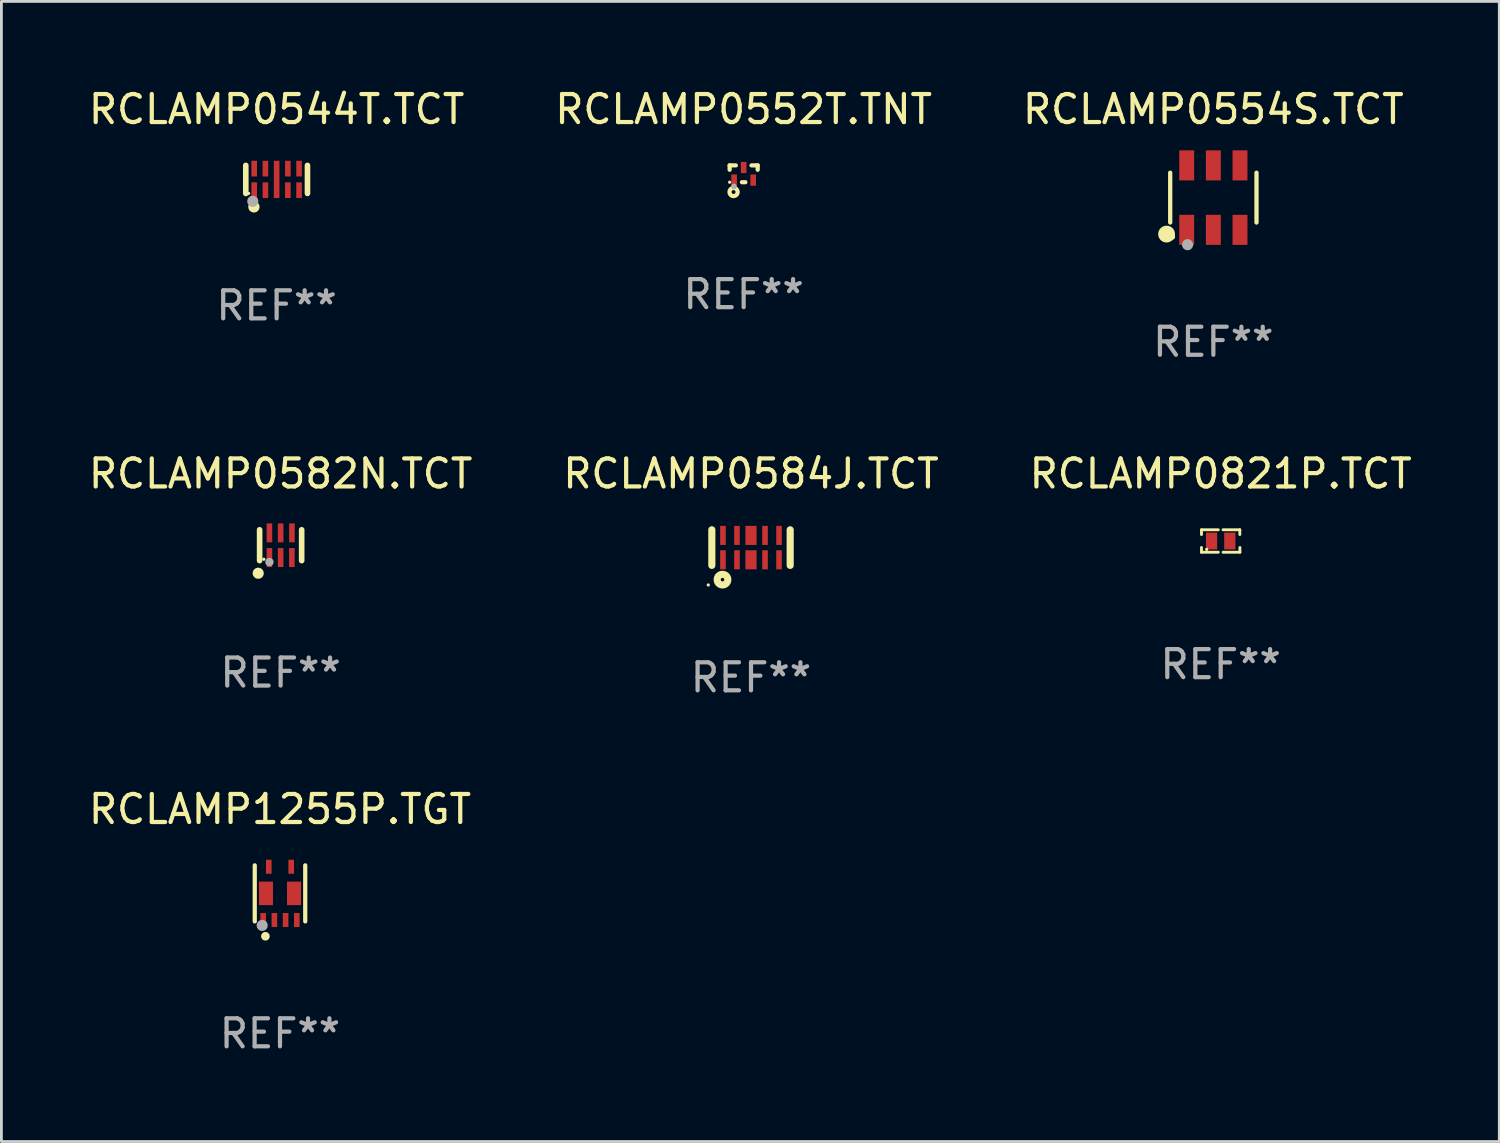
<source format=kicad_pcb>
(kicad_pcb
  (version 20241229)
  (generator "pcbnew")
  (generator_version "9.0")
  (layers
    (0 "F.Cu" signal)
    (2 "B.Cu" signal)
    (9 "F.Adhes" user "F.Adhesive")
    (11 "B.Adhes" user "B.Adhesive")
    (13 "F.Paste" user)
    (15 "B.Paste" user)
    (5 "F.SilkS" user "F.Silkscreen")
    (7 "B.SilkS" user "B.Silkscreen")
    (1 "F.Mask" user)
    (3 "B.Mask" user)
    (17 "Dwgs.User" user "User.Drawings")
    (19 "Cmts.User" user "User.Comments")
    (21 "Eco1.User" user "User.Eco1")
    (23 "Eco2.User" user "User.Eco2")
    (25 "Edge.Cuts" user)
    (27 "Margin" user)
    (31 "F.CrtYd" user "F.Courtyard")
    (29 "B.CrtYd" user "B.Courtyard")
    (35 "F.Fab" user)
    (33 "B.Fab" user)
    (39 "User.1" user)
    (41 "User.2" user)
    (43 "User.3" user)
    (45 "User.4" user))
  (footprint "RCLAMP0552T.TNT"
    (layer "F.Cu")
    (at 23.47 3.148)
    (property "Reference" "RCLAMP0552T.TNT" (at 0 -2.3 0) (layer "F.SilkS") (effects (font (size 1 1) (thickness 0.15))))
    (attr through_hole)
    (fp_line (start -0.5 -0.3) (end -0.5 -0.144) (stroke (width 0.15) (type solid)) (layer "F.SilkS"))
    (fp_line (start -0.5 -0.3) (end -0.279 -0.3) (stroke (width 0.15) (type solid)) (layer "F.SilkS"))
    (fp_line (start -0.061 0.3) (end 0.061 0.3) (stroke (width 0.15) (type solid)) (layer "F.SilkS"))
    (fp_line (start 0.279 -0.3) (end 0.5 -0.3) (stroke (width 0.15) (type solid)) (layer "F.SilkS"))
    (fp_line (start 0.5 -0.3) (end 0.5 -0.144) (stroke (width 0.15) (type solid)) (layer "F.SilkS"))
    (fp_circle (center -0.5 0.3) (end -0.47 0.3) (stroke (width 0.06) (type solid)) (fill no) (layer "F.SilkS"))
    (fp_circle (center -0.36 0.65) (end -0.29 0.65) (stroke (width 0.15) (type solid)) (fill no) (layer "F.SilkS"))
    (fp_circle (center -0.346 0.448) (end -0.296 0.448) (stroke (width 0.1) (type solid)) (fill no) (layer "F.Fab"))
    (fp_text user "REF**" (at 0 4.3 0) (layer "F.Fab") (effects (font (size 1 1) (thickness 0.15))))
    (pad "1" smd rect (at -0.34 0.225) (size 0.2 0.4) (layers "F.Cu" "F.Mask" "F.Paste"))
    (pad "2" smd rect (at 0.34 0.225) (size 0.2 0.4) (layers "F.Cu" "F.Mask" "F.Paste"))
    (pad "3" smd rect (at 0 -0.225) (size 0.2 0.4) (layers "F.Cu" "F.Mask" "F.Paste")))
  (footprint "RCLAMP0544T.TCT"
    (layer "F.Cu")
    (at 6.815 3.348)
    (property "Reference" "RCLAMP0544T.TCT" (at 0 -2.5 0) (layer "F.SilkS") (effects (font (size 1 1) (thickness 0.15))))
    (attr through_hole)
    (fp_line (start -1.1 -0.5) (end -1.1 0.5) (stroke (width 0.2) (type solid)) (layer "F.SilkS"))
    (fp_line (start 1.1 -0.5) (end 1.1 0.5) (stroke (width 0.2) (type solid)) (layer "F.SilkS"))
    (fp_circle (center -1 0.5) (end -0.97 0.5) (stroke (width 0.06) (type solid)) (fill no) (layer "F.SilkS"))
    (fp_circle (center -0.81 0.98) (end -0.707 0.98) (stroke (width 0.2) (type solid)) (fill no) (layer "F.SilkS"))
    (fp_circle (center -0.85 0.78) (end -0.75 0.78) (stroke (width 0.2) (type solid)) (fill no) (layer "F.Fab"))
    (fp_text user "REF**" (at 0 4.5 0) (layer "F.Fab") (effects (font (size 1 1) (thickness 0.15))))
    (pad "1" smd rect (at -0.8 0.385) (size 0.2 0.56) (layers "F.Cu" "F.Mask" "F.Paste"))
    (pad "2" smd rect (at -0.4 0.385) (size 0.2 0.56) (layers "F.Cu" "F.Mask" "F.Paste"))
    (pad "3" smd rect (at 0.4 0.385) (size 0.2 0.56) (layers "F.Cu" "F.Mask" "F.Paste"))
    (pad "4" smd rect (at 0.8 0.385) (size 0.2 0.56) (layers "F.Cu" "F.Mask" "F.Paste"))
    (pad "5" smd rect (at 0.8 -0.385) (size 0.2 0.56) (layers "F.Cu" "F.Mask" "F.Paste"))
    (pad "6" smd rect (at 0.4 -0.385) (size 0.2 0.56) (layers "F.Cu" "F.Mask" "F.Paste"))
    (pad "7" smd rect (at -0.4 -0.385) (size 0.2 0.56) (layers "F.Cu" "F.Mask" "F.Paste"))
    (pad "8" smd rect (at -0.8 -0.385) (size 0.2 0.56) (layers "F.Cu" "F.Mask" "F.Paste"))
    (pad "9" smd rect (at 0 0) (size 0.2 1.33) (layers "F.Cu" "F.Mask" "F.Paste")))
  (footprint "RCLAMP1255P.TGT"
    (layer "F.Cu")
    (at 6.935 28.809)
    (property "Reference" "RCLAMP1255P.TGT" (at 0 -3 0) (layer "F.SilkS") (effects (font (size 1 1) (thickness 0.15))))
    (attr through_hole)
    (fp_line (start -0.9 1) (end -0.9 -1) (stroke (width 0.15) (type solid)) (layer "F.SilkS"))
    (fp_line (start 0.9 1) (end 0.9 -1) (stroke (width 0.15) (type solid)) (layer "F.SilkS"))
    (fp_circle (center -0.9 1) (end -0.87 1) (stroke (width 0.06) (type solid)) (fill no) (layer "F.SilkS"))
    (fp_circle (center -0.52 1.53) (end -0.44 1.53) (stroke (width 0.15) (type solid)) (fill no) (layer "F.SilkS"))
    (fp_circle (center -0.635 1.143) (end -0.535 1.143) (stroke (width 0.2) (type solid)) (fill no) (layer "F.Fab"))
    (fp_text user "REF**" (at 0 5 0) (layer "F.Fab") (effects (font (size 1 1) (thickness 0.15))))
    (pad "1" smd rect (at -0.6 0.95) (size 0.2 0.5) (layers "F.Cu" "F.Mask" "F.Paste"))
    (pad "2" smd rect (at -0.2 0.95) (size 0.2 0.5) (layers "F.Cu" "F.Mask" "F.Paste"))
    (pad "3" smd rect (at 0.2 0.95) (size 0.2 0.5) (layers "F.Cu" "F.Mask" "F.Paste"))
    (pad "4" smd rect (at 0.6 0.95) (size 0.2 0.5) (layers "F.Cu" "F.Mask" "F.Paste"))
    (pad "5" smd rect (at 0.4 -0.95) (size 0.2 0.5) (layers "F.Cu" "F.Mask" "F.Paste"))
    (pad "6" smd rect (at -0.4 -0.95) (size 0.2 0.5) (layers "F.Cu" "F.Mask" "F.Paste"))
    (pad "7" smd rect (at -0.5 0.000051) (size 0.5 0.84) (layers "F.Cu" "F.Mask" "F.Paste"))
    (pad "7" smd rect (at 0.5 0.000051) (size 0.5 0.84) (layers "F.Cu" "F.Mask" "F.Paste")))
  (footprint "RCLAMP0821P.TCT"
    (layer "F.Cu")
    (at 40.482 16.243)
    (property "Reference" "RCLAMP0821P.TCT" (at 0 -2.4 0) (layer "F.SilkS") (effects (font (size 1 1) (thickness 0.15))))
    (attr through_hole)
    (fp_line (start -0.685 -0.4) (end -0.685 -0.23) (stroke (width 0.102) (type solid)) (layer "F.SilkS"))
    (fp_line (start -0.685 0.4) (end -0.685 0.23) (stroke (width 0.102) (type solid)) (layer "F.SilkS"))
    (fp_line (start -0.085 -0.4) (end -0.685 -0.4) (stroke (width 0.102) (type solid)) (layer "F.SilkS"))
    (fp_line (start -0.085 0.4) (end -0.685 0.4) (stroke (width 0.102) (type solid)) (layer "F.SilkS"))
    (fp_line (start 0.082 -0.4) (end 0.682 -0.4) (stroke (width 0.102) (type solid)) (layer "F.SilkS"))
    (fp_line (start 0.085 0.4) (end 0.685 0.4) (stroke (width 0.102) (type solid)) (layer "F.SilkS"))
    (fp_line (start 0.682 -0.4) (end 0.682 -0.23) (stroke (width 0.102) (type solid)) (layer "F.SilkS"))
    (fp_line (start 0.685 0.4) (end 0.685 0.23) (stroke (width 0.102) (type solid)) (layer "F.SilkS"))
    (fp_circle (center -0.5 0.3) (end -0.47 0.3) (stroke (width 0.06) (type solid)) (fill no) (layer "F.SilkS"))
    (fp_text user "REF**" (at 0 4.4 0) (layer "F.Fab") (effects (font (size 1 1) (thickness 0.15))))
    (pad "1" smd rect (at -0.325 0) (size 0.4 0.6) (layers "F.Cu" "F.Mask" "F.Paste"))
    (pad "2" smd rect (at 0.325 0) (size 0.4 0.6) (layers "F.Cu" "F.Mask" "F.Paste")))
  (footprint "RCLAMP0582N.TCT"
    (layer "F.Cu")
    (at 6.958 16.393)
    (property "Reference" "RCLAMP0582N.TCT" (at 0 -2.55 0) (layer "F.SilkS") (effects (font (size 1 1) (thickness 0.15))))
    (attr through_hole)
    (fp_line (start -0.75 -0.55) (end -0.75 0.55) (stroke (width 0.2) (type solid)) (layer "F.SilkS"))
    (fp_line (start 0.75 -0.55) (end 0.75 0.55) (stroke (width 0.2) (type solid)) (layer "F.SilkS"))
    (fp_circle (center -0.8 1) (end -0.7 1) (stroke (width 0.2) (type solid)) (fill no) (layer "F.SilkS"))
    (fp_circle (center -0.599 0.5) (end -0.569 0.5) (stroke (width 0.06) (type solid)) (fill no) (layer "F.SilkS"))
    (fp_circle (center -0.399 0.6) (end -0.324 0.6) (stroke (width 0.15) (type solid)) (fill no) (layer "F.Fab"))
    (fp_text user "REF**" (at 0 4.55 0) (layer "F.Fab") (effects (font (size 1 1) (thickness 0.15))))
    (pad "1" smd rect (at -0.4 0.44) (size 0.2 0.675) (layers "F.Cu" "F.Mask" "F.Paste"))
    (pad "2" smd rect (at 0 0.44) (size 0.2 0.675) (layers "F.Cu" "F.Mask" "F.Paste"))
    (pad "3" smd rect (at 0.4 0.44) (size 0.2 0.675) (layers "F.Cu" "F.Mask" "F.Paste"))
    (pad "4" smd rect (at 0.402 -0.44) (size 0.2 0.675) (layers "F.Cu" "F.Mask" "F.Paste"))
    (pad "5" smd rect (at 0 -0.44) (size 0.2 0.675) (layers "F.Cu" "F.Mask" "F.Paste"))
    (pad "6" smd rect (at -0.4 -0.44) (size 0.2 0.675) (layers "F.Cu" "F.Mask" "F.Paste")))
  (footprint "RCLAMP0584J.TCT"
    (layer "F.Cu")
    (at 23.732 16.478)
    (property "Reference" "RCLAMP0584J.TCT" (at 0 -2.635 0) (layer "F.SilkS") (effects (font (size 1 1) (thickness 0.15))))
    (attr through_hole)
    (fp_line (start -1.397 -0.635) (end -1.397 0.635) (stroke (width 0.254) (type solid)) (layer "F.SilkS"))
    (fp_line (start 1.397 -0.635) (end 1.397 0.635) (stroke (width 0.254) (type solid)) (layer "F.SilkS"))
    (fp_circle (center -1.524 1.334) (end -1.494 1.334) (stroke (width 0.06) (type solid)) (fill no) (layer "F.SilkS"))
    (fp_circle (center -1.016 1.143) (end -0.953 1.143) (stroke (width 0.254) (type solid)) (fill no) (layer "F.SilkS"))
    (fp_text user "REF**" (at 0 4.635 0) (layer "F.Fab") (effects (font (size 1 1) (thickness 0.15))))
    (pad "1" smd rect (at -1 0.435) (size 0.2 0.68) (layers "F.Cu" "F.Mask" "F.Paste"))
    (pad "2" smd rect (at -0.5 0.435) (size 0.2 0.68) (layers "F.Cu" "F.Mask" "F.Paste"))
    (pad "3" smd rect (at 0 0.435) (size 0.4 0.68) (layers "F.Cu" "F.Mask" "F.Paste"))
    (pad "4" smd rect (at 0.5 0.435) (size 0.2 0.68) (layers "F.Cu" "F.Mask" "F.Paste"))
    (pad "5" smd rect (at 1 0.435) (size 0.2 0.68) (layers "F.Cu" "F.Mask" "F.Paste"))
    (pad "6" smd rect (at 1 -0.435) (size 0.2 0.68) (layers "F.Cu" "F.Mask" "F.Paste"))
    (pad "7" smd rect (at 0.5 -0.435) (size 0.2 0.68) (layers "F.Cu" "F.Mask" "F.Paste"))
    (pad "8" smd rect (at 0 -0.435) (size 0.4 0.68) (layers "F.Cu" "F.Mask" "F.Paste"))
    (pad "9" smd rect (at -0.5 -0.435) (size 0.2 0.68) (layers "F.Cu" "F.Mask" "F.Paste"))
    (pad "10" smd rect (at -1 -0.435) (size 0.2 0.68) (layers "F.Cu" "F.Mask" "F.Paste")))
  (footprint "RCLAMP0554S.TCT"
    (layer "F.Cu")
    (at 40.22 3.997)
    (property "Reference" "RCLAMP0554S.TCT" (at 0 -3.149 0) (layer "F.SilkS") (effects (font (size 1 1) (thickness 0.15))))
    (attr through_hole)
    (fp_line (start -1.539 0.889) (end -1.539 -0.889) (stroke (width 0.152) (type solid)) (layer "F.SilkS"))
    (fp_line (start 1.539 0.889) (end 1.539 -0.889) (stroke (width 0.152) (type solid)) (layer "F.SilkS"))
    (fp_circle (center -1.668 1.301) (end -1.518 1.301) (stroke (width 0.3) (type solid)) (fill no) (layer "F.SilkS"))
    (fp_circle (center -1.463 1.4) (end -1.413 1.4) (stroke (width 0.1) (type solid)) (fill no) (layer "F.SilkS"))
    (fp_circle (center -0.92 1.68) (end -0.82 1.68) (stroke (width 0.2) (type solid)) (fill no) (layer "F.Fab"))
    (fp_text user "REF**" (at 0 5.149 0) (layer "F.Fab") (effects (font (size 1 1) (thickness 0.15))))
    (pad "1" smd rect (at -0.95 1.149) (size 0.532 1.072) (layers "F.Cu" "F.Mask" "F.Paste"))
    (pad "2" smd rect (at 0 1.149) (size 0.532 1.072) (layers "F.Cu" "F.Mask" "F.Paste"))
    (pad "3" smd rect (at 0.95 1.149) (size 0.532 1.072) (layers "F.Cu" "F.Mask" "F.Paste"))
    (pad "4" smd rect (at 0.95 -1.149) (size 0.532 1.072) (layers "F.Cu" "F.Mask" "F.Paste"))
    (pad "5" smd rect (at 0 -1.149) (size 0.532 1.072) (layers "F.Cu" "F.Mask" "F.Paste"))
    (pad "6" smd rect (at -0.95 -1.149) (size 0.532 1.072) (layers "F.Cu" "F.Mask" "F.Paste")))
  (gr_rect
    (start -3 -3)
    (end 50.417 37.658)
    (stroke (width 0.1) (type default))
    (fill no)
    (layer "Edge.Cuts")))
</source>
